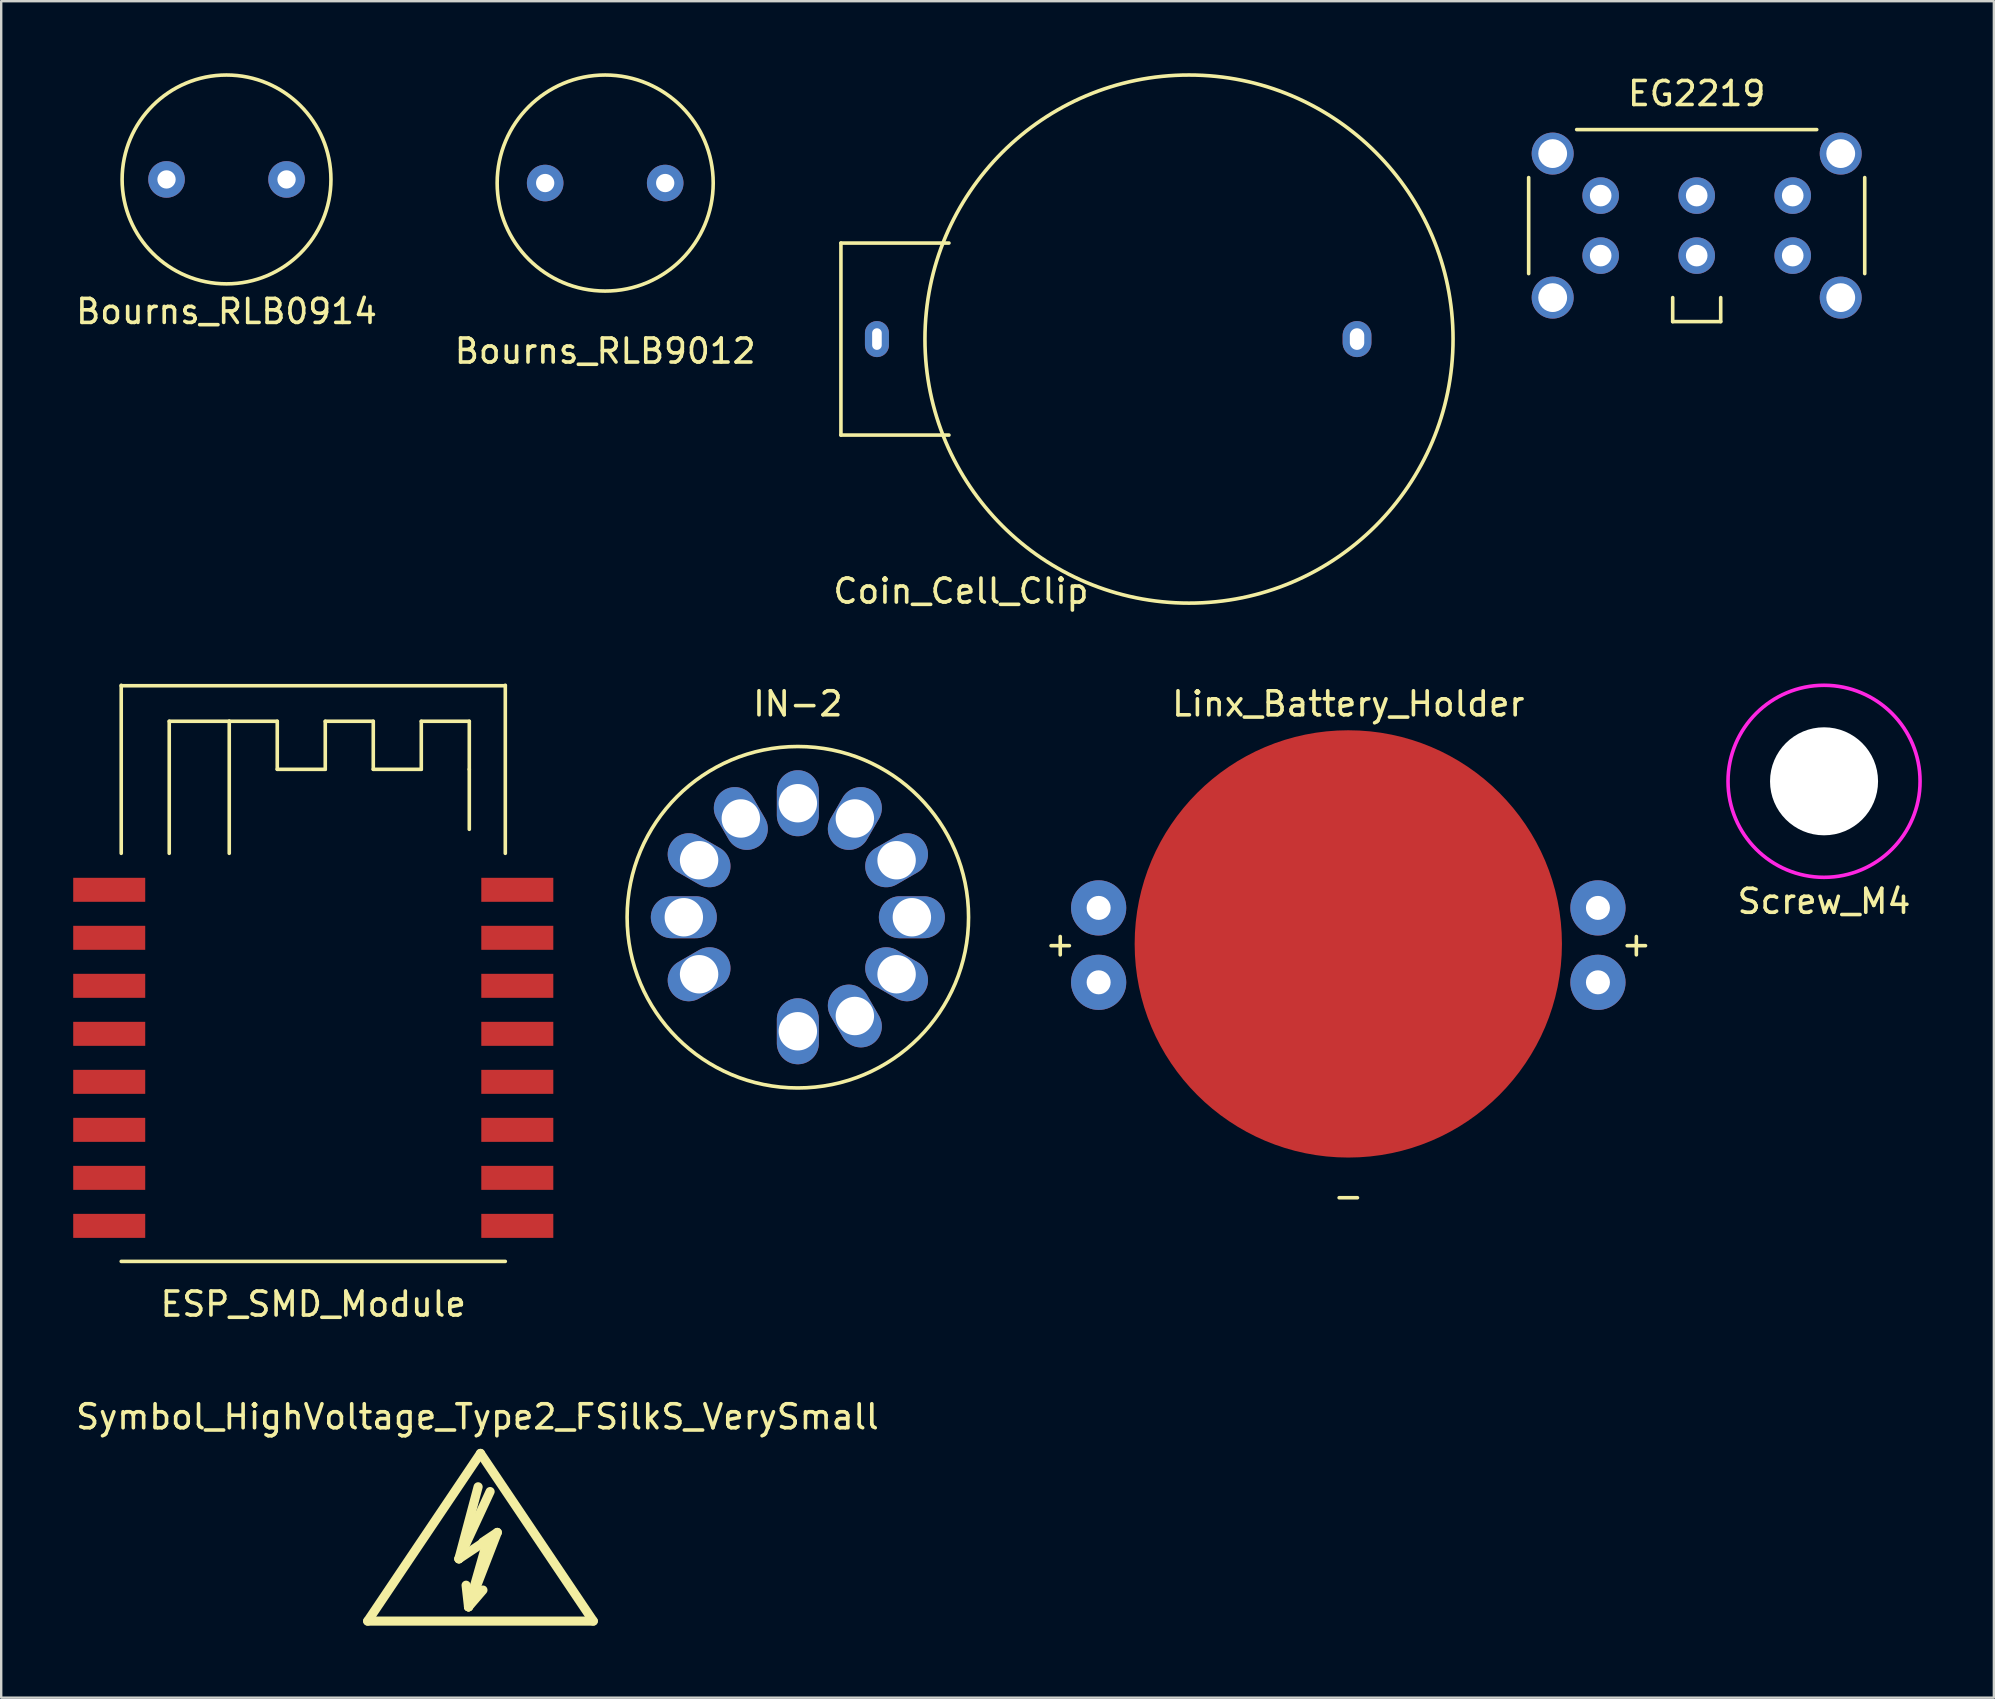
<source format=kicad_pcb>
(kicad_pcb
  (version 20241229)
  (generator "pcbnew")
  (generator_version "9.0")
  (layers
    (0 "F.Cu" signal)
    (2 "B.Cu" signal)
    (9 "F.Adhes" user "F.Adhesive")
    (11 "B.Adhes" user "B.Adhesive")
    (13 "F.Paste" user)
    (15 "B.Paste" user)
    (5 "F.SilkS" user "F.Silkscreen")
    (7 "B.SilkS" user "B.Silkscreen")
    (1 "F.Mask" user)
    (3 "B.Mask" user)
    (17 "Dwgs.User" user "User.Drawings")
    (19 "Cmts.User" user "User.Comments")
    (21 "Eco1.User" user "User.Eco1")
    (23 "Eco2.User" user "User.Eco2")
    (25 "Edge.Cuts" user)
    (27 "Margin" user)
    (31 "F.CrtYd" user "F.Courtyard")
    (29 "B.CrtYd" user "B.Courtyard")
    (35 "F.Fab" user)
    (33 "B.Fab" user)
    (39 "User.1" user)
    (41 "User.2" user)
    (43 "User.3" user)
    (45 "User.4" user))
  (footprint "Symbol_HighVoltage_Type2_FSilkS_VerySmall"
    (layer "F.Cu")
    (at 16.966 61.688)
    (property "Reference" "Symbol_HighVoltage_Type2_FSilkS_VerySmall" (at -0.127 -5.715 0) (layer "F.SilkS") (effects (font (size 1 1) (thickness 0.15))))
    (attr through_hole)
    (fp_line (start -4.699 2.794) (end 0 -4.191) (stroke (width 0.381) (type solid)) (layer "F.SilkS"))
    (fp_line (start -0.899 0.201) (end 0.3 -0.599) (stroke (width 0.381) (type solid)) (layer "F.SilkS"))
    (fp_line (start -0.899 0.201) (end 0.401 -2.601) (stroke (width 0.381) (type solid)) (layer "F.SilkS"))
    (fp_line (start -0.498 2.2) (end -0.599 1.3) (stroke (width 0.381) (type solid)) (layer "F.SilkS"))
    (fp_line (start -0.498 2.2) (end 0.102 1.501) (stroke (width 0.381) (type solid)) (layer "F.SilkS"))
    (fp_line (start -0.498 2.2) (end 0.701 -0.899) (stroke (width 0.381) (type solid)) (layer "F.SilkS"))
    (fp_line (start -0.099 -2.799) (end -0.899 0.201) (stroke (width 0.381) (type solid)) (layer "F.SilkS"))
    (fp_line (start 0 -4.191) (end 4.699 2.794) (stroke (width 0.381) (type solid)) (layer "F.SilkS"))
    (fp_line (start 0.3 -0.599) (end -0.498 2.2) (stroke (width 0.381) (type solid)) (layer "F.SilkS"))
    (fp_line (start 0.701 -0.899) (end 0.102 -0.5) (stroke (width 0.381) (type solid)) (layer "F.SilkS"))
    (fp_line (start 4.699 2.794) (end -4.699 2.794) (stroke (width 0.381) (type solid)) (layer "F.SilkS")))
  (footprint "EG2219"
    (layer "F.Cu")
    (at 67.632 6.348)
    (property "Reference" "EG2219" (at 0 -5.5 0) (layer "F.SilkS") (effects (font (size 1 1) (thickness 0.15))))
    (attr through_hole)
    (fp_line (start -7 2) (end -7 -2) (stroke (width 0.15) (type solid)) (layer "F.SilkS"))
    (fp_line (start -5 -4) (end 5 -4) (stroke (width 0.15) (type solid)) (layer "F.SilkS"))
    (fp_line (start -1 3) (end -1 4) (stroke (width 0.15) (type solid)) (layer "F.SilkS"))
    (fp_line (start -1 4) (end 1 4) (stroke (width 0.15) (type solid)) (layer "F.SilkS"))
    (fp_line (start 1 4) (end 1 3) (stroke (width 0.15) (type solid)) (layer "F.SilkS"))
    (fp_line (start 7 -2) (end 7 2) (stroke (width 0.15) (type solid)) (layer "F.SilkS"))
    (pad "" np_thru_hole circle (at -6 -3) (size 1.75 1.75) (drill 1.2) (layers "*.Cu" "*.Mask"))
    (pad "" np_thru_hole circle (at -6 3) (size 1.75 1.75) (drill 1.2) (layers "*.Cu" "*.Mask"))
    (pad "" np_thru_hole circle (at 6 -3) (size 1.75 1.75) (drill 1.2) (layers "*.Cu" "*.Mask"))
    (pad "" np_thru_hole circle (at 6 3) (size 1.75 1.75) (drill 1.2) (layers "*.Cu" "*.Mask"))
    (pad "1" thru_hole circle (at -4 1.25) (size 1.524 1.524) (drill 0.9) (layers "*.Cu" "*.Mask"))
    (pad "2" thru_hole circle (at 0 1.25) (size 1.524 1.524) (drill 0.9) (layers "*.Cu" "*.Mask"))
    (pad "3" thru_hole circle (at 4 1.25) (size 1.524 1.524) (drill 0.9) (layers "*.Cu" "*.Mask"))
    (pad "4" thru_hole circle (at -4 -1.25) (size 1.524 1.524) (drill 0.9) (layers "*.Cu" "*.Mask"))
    (pad "5" thru_hole circle (at 0 -1.25) (size 1.524 1.524) (drill 0.9) (layers "*.Cu" "*.Mask"))
    (pad "6" thru_hole circle (at 4 -1.25) (size 1.524 1.524) (drill 0.9) (layers "*.Cu" "*.Mask")))
  (footprint "Bourns_RLB0914"
    (layer "F.Cu")
    (at 6.387 4.425)
    (property "Reference" "Bourns_RLB0914" (at 0 5.5 0) (layer "F.SilkS") (effects (font (size 1 1) (thickness 0.15))))
    (attr through_hole)
    (fp_circle (center 0 0) (end 4.35 0) (stroke (width 0.15) (type solid)) (fill no) (layer "F.SilkS"))
    (pad "1" thru_hole circle (at -2.5 0) (size 1.524 1.524) (drill 0.762) (layers "*.Cu" "*.Mask"))
    (pad "2" thru_hole circle (at 2.5 0) (size 1.524 1.524) (drill 0.762) (layers "*.Cu" "*.Mask")))
  (footprint "Linx_Battery_Holder"
    (layer "F.Cu")
    (at 53.118 36.272)
    (property "Reference" "Linx_Battery_Holder" (at 0 -10 0) (layer "F.SilkS") (effects (font (size 1 1) (thickness 0.15))))
    (attr through_hole)
    (fp_text user "-" (at 0 10.5 0) (layer "F.SilkS") (effects (font (size 1 1) (thickness 0.15))))
    (fp_text user "+" (at 12 0 0) (layer "F.SilkS") (effects (font (size 1 1) (thickness 0.15))))
    (fp_text user "+" (at -12 0 0) (layer "F.SilkS") (effects (font (size 1 1) (thickness 0.15))))
    (pad "1" thru_hole circle (at -10.4 -1.5) (size 2.3 2.3) (drill 1) (layers "*.Cu" "*.Mask"))
    (pad "1" thru_hole circle (at -10.4 1.6) (size 2.3 2.3) (drill 1) (layers "*.Cu" "*.Mask"))
    (pad "1" thru_hole circle (at 10.4 -1.5) (size 2.3 2.3) (drill 1) (layers "*.Cu" "*.Mask"))
    (pad "1" thru_hole circle (at 10.4 1.6) (size 2.3 2.3) (drill 1) (layers "*.Cu" "*.Mask"))
    (pad "2" smd circle (at 0 0) (size 17.8 17.8) (layers "F.Cu" "F.Mask")))
  (footprint "Screw_M4"
    (layer "F.Cu")
    (at 72.937 29.498)
    (property "Reference" "Screw_M4" (at 0 5 0) (layer "F.SilkS") (effects (font (size 1 1) (thickness 0.15))))
    (attr through_hole)
    (fp_circle (center 0 0) (end 4 0) (stroke (width 0.15) (type solid)) (fill no) (layer "F.CrtYd"))
    (pad "" np_thru_hole circle (at 0 0) (size 4.5 4.5) (drill 4.5) (layers "*.Cu" "*.Mask")))
  (footprint "ESP_SMD_Module"
    (layer "F.Cu")
    (at 10 49.498)
    (property "Reference" "ESP_SMD_Module" (at 0 1.778 0) (layer "F.SilkS") (effects (font (size 1 1) (thickness 0.15))))
    (attr through_hole)
    (fp_line (start -8 -24) (end -8 -17) (stroke (width 0.15) (type solid)) (layer "F.SilkS"))
    (fp_line (start -8 -23.98) (end 8 -23.98) (stroke (width 0.15) (type solid)) (layer "F.SilkS"))
    (fp_line (start -8 0) (end 8 0) (stroke (width 0.15) (type solid)) (layer "F.SilkS"))
    (fp_line (start -6 -22.5) (end -3.5 -22.5) (stroke (width 0.15) (type solid)) (layer "F.SilkS"))
    (fp_line (start -6 -17) (end -6 -22.5) (stroke (width 0.15) (type solid)) (layer "F.SilkS"))
    (fp_line (start -3.5 -22.5) (end -3.5 -17) (stroke (width 0.15) (type solid)) (layer "F.SilkS"))
    (fp_line (start -3.5 -22.5) (end -1.5 -22.5) (stroke (width 0.15) (type solid)) (layer "F.SilkS"))
    (fp_line (start -1.5 -22.5) (end -1.5 -20.5) (stroke (width 0.15) (type solid)) (layer "F.SilkS"))
    (fp_line (start -1.5 -20.5) (end 0.5 -20.5) (stroke (width 0.15) (type solid)) (layer "F.SilkS"))
    (fp_line (start 0.5 -22.5) (end 2.5 -22.5) (stroke (width 0.15) (type solid)) (layer "F.SilkS"))
    (fp_line (start 0.5 -20.5) (end 0.5 -22.5) (stroke (width 0.15) (type solid)) (layer "F.SilkS"))
    (fp_line (start 2.5 -22.5) (end 2.5 -20.5) (stroke (width 0.15) (type solid)) (layer "F.SilkS"))
    (fp_line (start 2.5 -20.5) (end 4.5 -20.5) (stroke (width 0.15) (type solid)) (layer "F.SilkS"))
    (fp_line (start 4.5 -22.5) (end 6.5 -22.5) (stroke (width 0.15) (type solid)) (layer "F.SilkS"))
    (fp_line (start 4.5 -20.5) (end 4.5 -22.5) (stroke (width 0.15) (type solid)) (layer "F.SilkS"))
    (fp_line (start 6.5 -22.5) (end 6.5 -20.5) (stroke (width 0.15) (type solid)) (layer "F.SilkS"))
    (fp_line (start 6.5 -20.5) (end 6.5 -18) (stroke (width 0.15) (type solid)) (layer "F.SilkS"))
    (fp_line (start 8 -24) (end 8 -17) (stroke (width 0.15) (type solid)) (layer "F.SilkS"))
    (pad "1" smd rect (at -8.5 -15.48) (size 3 1) (layers "F.Cu" "F.Mask" "F.Paste"))
    (pad "2" smd rect (at -8.5 -13.48) (size 3 1) (layers "F.Cu" "F.Mask" "F.Paste"))
    (pad "3" smd rect (at -8.5 -11.48) (size 3 1) (layers "F.Cu" "F.Mask" "F.Paste"))
    (pad "4" smd rect (at -8.5 -9.48) (size 3 1) (layers "F.Cu" "F.Mask" "F.Paste"))
    (pad "5" smd rect (at -8.5 -7.48) (size 3 1) (layers "F.Cu" "F.Mask" "F.Paste"))
    (pad "6" smd rect (at -8.5 -5.48) (size 3 1) (layers "F.Cu" "F.Mask" "F.Paste"))
    (pad "7" smd rect (at -8.5 -3.48) (size 3 1) (layers "F.Cu" "F.Mask" "F.Paste"))
    (pad "8" smd rect (at -8.5 -1.48) (size 3 1) (layers "F.Cu" "F.Mask" "F.Paste"))
    (pad "9" smd rect (at 8.5 -1.48) (size 3 1) (layers "F.Cu" "F.Mask" "F.Paste"))
    (pad "10" smd rect (at 8.5 -3.48) (size 3 1) (layers "F.Cu" "F.Mask" "F.Paste"))
    (pad "11" smd rect (at 8.5 -5.48) (size 3 1) (layers "F.Cu" "F.Mask" "F.Paste"))
    (pad "12" smd rect (at 8.5 -7.48) (size 3 1) (layers "F.Cu" "F.Mask" "F.Paste"))
    (pad "13" smd rect (at 8.5 -9.48) (size 3 1) (layers "F.Cu" "F.Mask" "F.Paste"))
    (pad "14" smd rect (at 8.5 -11.48) (size 3 1) (layers "F.Cu" "F.Mask" "F.Paste"))
    (pad "15" smd rect (at 8.5 -13.48) (size 3 1) (layers "F.Cu" "F.Mask" "F.Paste"))
    (pad "16" smd rect (at 8.5 -15.48) (size 3 1) (layers "F.Cu" "F.Mask" "F.Paste")))
  (footprint "Coin_Cell_Clip"
    (layer "F.Cu")
    (at 46.482 11.075)
    (property "Reference" "Coin_Cell_Clip" (at -9.5 10.5 0) (layer "F.SilkS") (effects (font (size 1 1) (thickness 0.15))))
    (attr through_hole)
    (fp_line (start -14.5 -4) (end -14.5 4) (stroke (width 0.15) (type solid)) (layer "F.SilkS"))
    (fp_line (start -14.5 -4) (end -10 -4) (stroke (width 0.15) (type solid)) (layer "F.SilkS"))
    (fp_line (start -14.5 4) (end -10 4) (stroke (width 0.15) (type solid)) (layer "F.SilkS"))
    (fp_circle (center 0 0) (end 0 11) (stroke (width 0.15) (type solid)) (fill no) (layer "F.SilkS"))
    (pad "1" thru_hole oval (at -13 0) (size 1 1.5) (drill oval 0.4 0.9) (layers "*.Cu" "*.Mask"))
    (pad "2" thru_hole oval (at 7 0) (size 1.2 1.5) (drill oval 0.6 0.9) (layers "*.Cu" "*.Mask")))
  (footprint "Bourns_RLB9012"
    (layer "F.Cu")
    (at 22.161 4.575)
    (property "Reference" "Bourns_RLB9012" (at 0 7 0) (layer "F.SilkS") (effects (font (size 1 1) (thickness 0.15))))
    (attr through_hole)
    (fp_circle (center 0 0) (end 4.5 0) (stroke (width 0.15) (type solid)) (fill no) (layer "F.SilkS"))
    (pad "1" thru_hole circle (at -2.5 0) (size 1.524 1.524) (drill 0.762) (layers "*.Cu" "*.Mask"))
    (pad "2" thru_hole circle (at 2.5 0) (size 1.524 1.524) (drill 0.762) (layers "*.Cu" "*.Mask")))
  (footprint "IN-2"
    (layer "F.Cu")
    (at 30.187 35.161)
    (property "Reference" "IN-2" (at 0 -8.89 0) (layer "F.SilkS") (effects (font (size 1 1) (thickness 0.15))))
    (attr through_hole)
    (fp_circle (center 0 0) (end 0 -7.112) (stroke (width 0.15) (type solid)) (fill no) (layer "F.SilkS"))
    (pad "1" thru_hole oval (at 0 4.75) (size 1.75 2.75) (drill 1.6) (layers "*.Cu" "*.Mask"))
    (pad "2" thru_hole oval (at 2.375 4.114 30) (size 1.75 2.75) (drill 1.6) (layers "*.Cu" "*.Mask"))
    (pad "3" thru_hole oval (at 4.114 2.375 60) (size 1.75 2.75) (drill 1.6) (layers "*.Cu" "*.Mask"))
    (pad "4" thru_hole oval (at 4.75 0 90) (size 1.75 2.75) (drill 1.6) (layers "*.Cu" "*.Mask"))
    (pad "5" thru_hole oval (at 4.114 -2.375 120) (size 1.75 2.75) (drill 1.6) (layers "*.Cu" "*.Mask"))
    (pad "6" thru_hole oval (at 2.375 -4.114 150) (size 1.75 2.75) (drill 1.6) (layers "*.Cu" "*.Mask"))
    (pad "7" thru_hole oval (at 0 -4.75 180) (size 1.75 2.75) (drill 1.6) (layers "*.Cu" "*.Mask"))
    (pad "8" thru_hole oval (at -2.375 -4.114 210) (size 1.75 2.75) (drill 1.6) (layers "*.Cu" "*.Mask"))
    (pad "9" thru_hole oval (at -4.114 -2.375 240) (size 1.75 2.75) (drill 1.6) (layers "*.Cu" "*.Mask"))
    (pad "10" thru_hole oval (at -4.75 0 270) (size 1.75 2.75) (drill 1.6) (layers "*.Cu" "*.Mask"))
    (pad "11" thru_hole oval (at -4.114 2.375 300) (size 1.75 2.75) (drill 1.6) (layers "*.Cu" "*.Mask")))
  (gr_rect
    (start -3 -3)
    (end 80.012 67.672)
    (stroke (width 0.1) (type default))
    (fill no)
    (layer "Edge.Cuts")))
</source>
